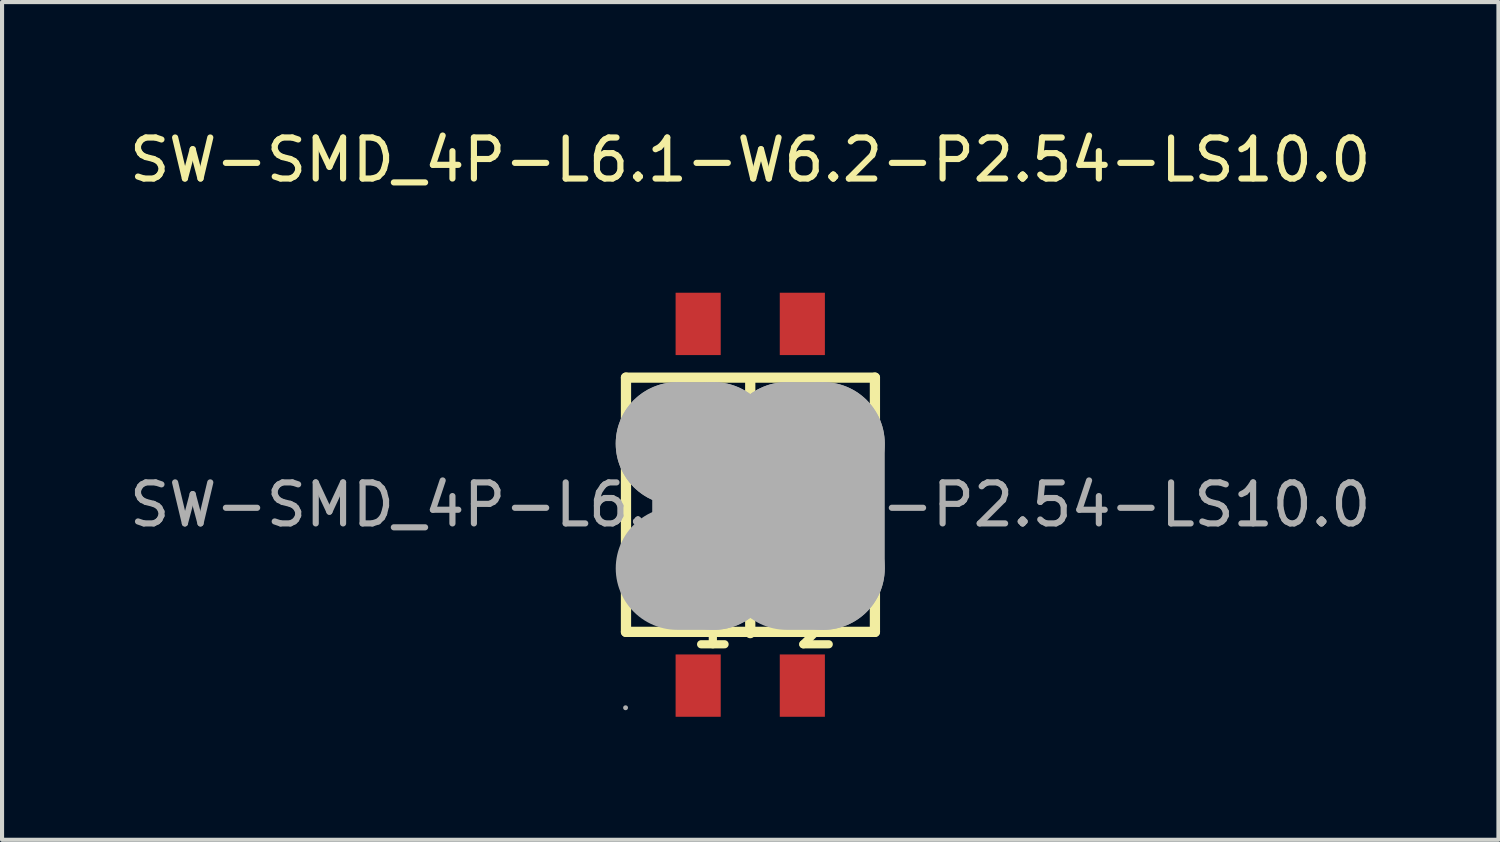
<source format=kicad_pcb>
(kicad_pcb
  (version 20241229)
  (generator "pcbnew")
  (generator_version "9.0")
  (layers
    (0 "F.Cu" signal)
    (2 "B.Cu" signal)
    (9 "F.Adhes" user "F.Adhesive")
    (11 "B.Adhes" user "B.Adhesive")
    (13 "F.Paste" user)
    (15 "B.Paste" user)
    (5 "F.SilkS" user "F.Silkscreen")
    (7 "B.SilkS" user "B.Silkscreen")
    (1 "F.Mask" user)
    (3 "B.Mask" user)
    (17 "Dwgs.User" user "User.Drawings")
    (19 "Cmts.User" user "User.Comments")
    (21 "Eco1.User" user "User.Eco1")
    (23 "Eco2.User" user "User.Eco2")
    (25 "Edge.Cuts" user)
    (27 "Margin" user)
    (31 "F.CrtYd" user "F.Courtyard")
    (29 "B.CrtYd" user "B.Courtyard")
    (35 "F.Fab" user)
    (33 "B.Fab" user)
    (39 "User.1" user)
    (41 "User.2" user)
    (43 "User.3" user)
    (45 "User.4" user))
  (footprint "SW-SMD_4P-L6.1-W6.2-P2.54-LS10.0"
    (layer "F.Cu")
    (at 15.244 9.258)
    (property "Reference" "SW-SMD_4P-L6.1-W6.2-P2.54-LS10.0" (at 0 -8.41 0) (layer "F.SilkS") (effects (font (size 1 1) (thickness 0.15))))
    (attr smd)
    (fp_line (start -3.03 -3.1) (end 3.04 -3.1) (stroke (width 0.25) (type solid)) (layer "F.SilkS"))
    (fp_line (start -3.03 3.1) (end -3.03 -3.1) (stroke (width 0.25) (type solid)) (layer "F.SilkS"))
    (fp_line (start -1.77 0.54) (end -0.88 0.54) (stroke (width 0.25) (type solid)) (layer "F.SilkS"))
    (fp_line (start 0 -2.13) (end 0 2.19) (stroke (width 0.25) (type solid)) (layer "F.SilkS"))
    (fp_line (start 0 -1.96) (end 0 -3.07) (stroke (width 0.25) (type solid)) (layer "F.SilkS"))
    (fp_line (start 0 2.19) (end 0 3.13) (stroke (width 0.25) (type solid)) (layer "F.SilkS"))
    (fp_line (start 0.89 0.54) (end 1.66 0.54) (stroke (width 0.25) (type solid)) (layer "F.SilkS"))
    (fp_line (start 3.04 -3.1) (end 3.04 3.1) (stroke (width 0.25) (type solid)) (layer "F.SilkS"))
    (fp_line (start 3.04 3.1) (end -3.03 3.1) (stroke (width 0.25) (type solid)) (layer "F.SilkS"))
    (fp_circle (center -2.16 2.44) (end -2.03 2.44) (stroke (width 0.25) (type solid)) (fill no) (layer "F.SilkS"))
    (fp_line (start -1.78 -1.49) (end -1.78 -1.49) (stroke (width 3) (type solid)) (layer "F.Fab"))
    (fp_line (start -1.78 -1.49) (end -0.89 -1.49) (stroke (width 3) (type solid)) (layer "F.Fab"))
    (fp_line (start -0.89 -1.49) (end -0.89 1.55) (stroke (width 3) (type solid)) (layer "F.Fab"))
    (fp_line (start -0.89 1.55) (end -1.78 1.55) (stroke (width 3) (type solid)) (layer "F.Fab"))
    (fp_line (start 0.89 -1.49) (end 0.89 -1.49) (stroke (width 3) (type solid)) (layer "F.Fab"))
    (fp_line (start 0.89 -1.49) (end 1.78 -1.49) (stroke (width 3) (type solid)) (layer "F.Fab"))
    (fp_line (start 1.78 -1.49) (end 1.78 1.55) (stroke (width 3) (type solid)) (layer "F.Fab"))
    (fp_line (start 1.78 1.55) (end 0.89 1.55) (stroke (width 3) (type solid)) (layer "F.Fab"))
    (fp_circle (center -3.04 4.95) (end -3.01 4.95) (stroke (width 0.06) (type solid)) (fill no) (layer "F.Fab"))
    (fp_text user "2" (at 1.02 2.95 0) (layer "F.SilkS") (effects (font (size 1 1) (thickness 0.2)) (justify left)))
    (fp_text user "ON" (at -2.54 -1.75 0) (layer "F.SilkS") (effects (font (size 1 1) (thickness 0.2)) (justify left)))
    (fp_text user "1" (at -1.52 2.95 0) (layer "F.SilkS") (effects (font (size 1 1) (thickness 0.2)) (justify left)))
    (fp_text user "${REFERENCE}" (at 0 0 0) (layer "F.Fab") (effects (font (size 1 1) (thickness 0.15))))
    (pad "1" smd rect (at -1.27 4.41 90) (size 1.52 1.1) (layers "F.Cu" "F.Mask" "F.Paste"))
    (pad "2" smd rect (at 1.27 4.41 90) (size 1.52 1.1) (layers "F.Cu" "F.Mask" "F.Paste"))
    (pad "3" smd rect (at 1.27 -4.41 90) (size 1.52 1.1) (layers "F.Cu" "F.Mask" "F.Paste"))
    (pad "4" smd rect (at -1.27 -4.41 90) (size 1.52 1.1) (layers "F.Cu" "F.Mask" "F.Paste")))
  (gr_rect
    (start -3 -3)
    (end 33.488 17.428)
    (stroke (width 0.1) (type default))
    (fill no)
    (layer "Edge.Cuts")))
</source>
